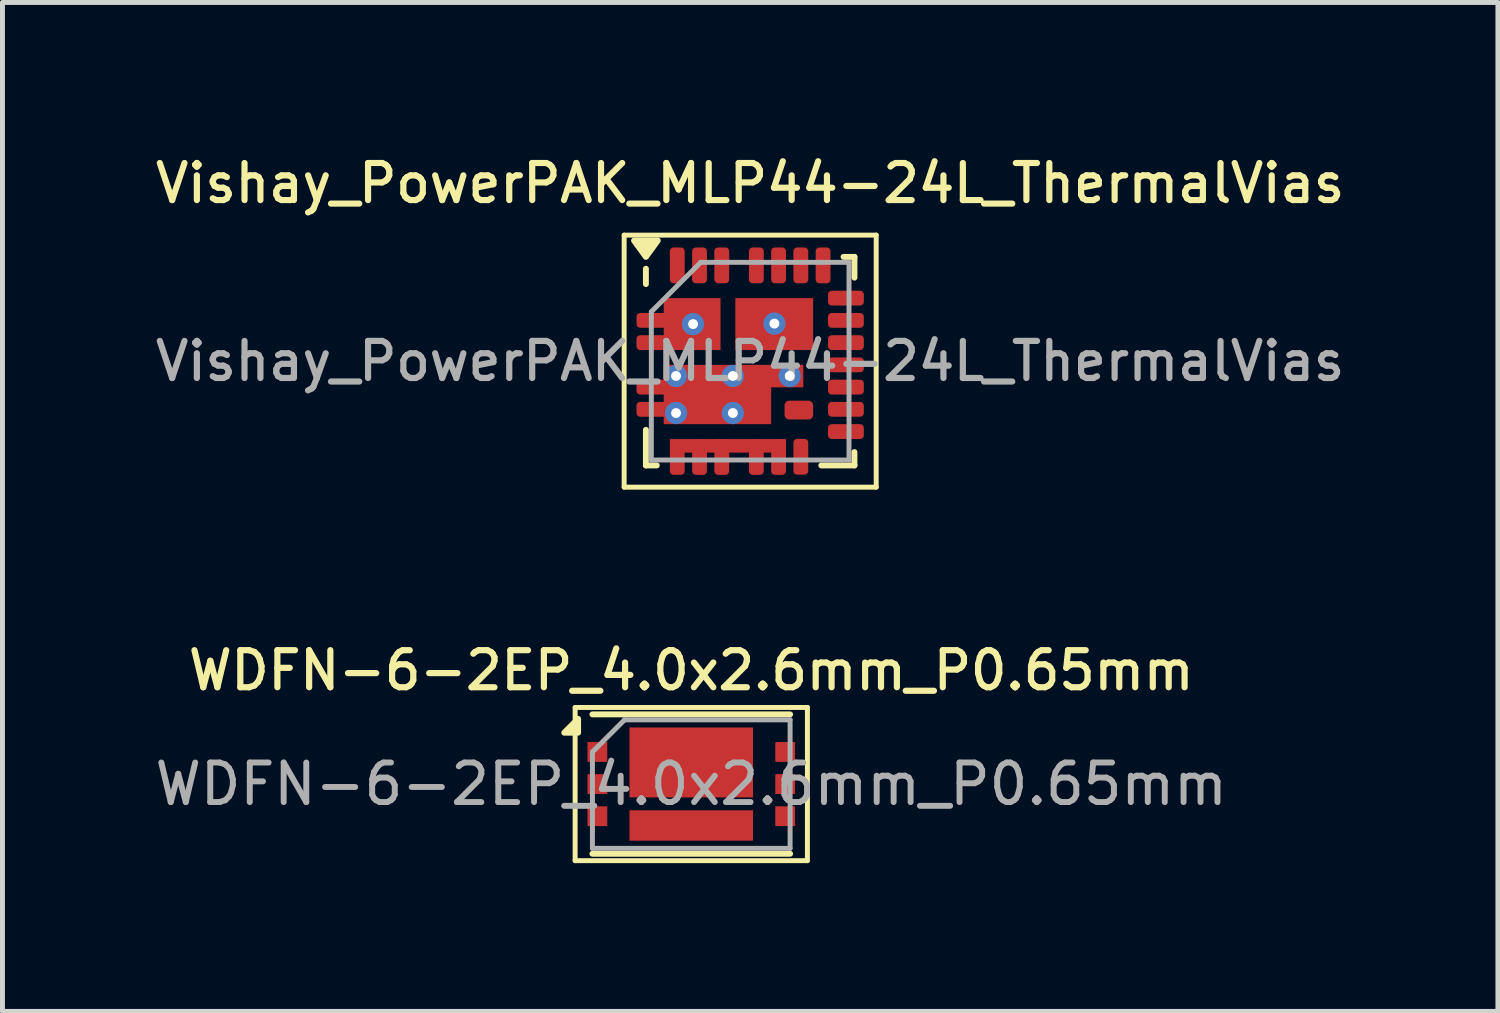
<source format=kicad_pcb>
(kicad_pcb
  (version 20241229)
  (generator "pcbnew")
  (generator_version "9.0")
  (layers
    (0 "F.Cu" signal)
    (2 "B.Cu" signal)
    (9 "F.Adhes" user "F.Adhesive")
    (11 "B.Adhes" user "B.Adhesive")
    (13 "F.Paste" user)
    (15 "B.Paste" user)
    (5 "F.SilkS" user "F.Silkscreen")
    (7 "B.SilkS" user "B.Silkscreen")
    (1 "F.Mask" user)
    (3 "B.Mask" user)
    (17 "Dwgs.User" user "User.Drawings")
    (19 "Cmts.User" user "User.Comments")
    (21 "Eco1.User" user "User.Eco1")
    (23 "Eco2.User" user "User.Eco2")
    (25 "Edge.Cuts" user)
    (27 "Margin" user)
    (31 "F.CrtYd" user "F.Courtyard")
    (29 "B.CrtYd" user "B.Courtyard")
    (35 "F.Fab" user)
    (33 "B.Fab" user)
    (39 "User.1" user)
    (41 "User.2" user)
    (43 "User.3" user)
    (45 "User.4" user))
  (footprint "Vishay_PowerPAK_MLP44-24L_ThermalVias"
    (layer "F.Cu")
    (at 12.13 4.258)
    (property "Reference" "Vishay_PowerPAK_MLP44-24L_ThermalVias" (at 0 -3.6 0) (layer "F.SilkS") (effects (font (size 0.75 0.75) (thickness 0.125))))
    (attr smd)
    (fp_line (start -2.55 -2.55) (end 2.55 -2.55) (stroke (width 0.1) (type solid)) (layer "F.SilkS"))
    (fp_line (start -2.55 2.55) (end -2.55 -2.55) (stroke (width 0.1) (type solid)) (layer "F.SilkS"))
    (fp_line (start -2.11 -1.56) (end -2.11 -1.87) (stroke (width 0.12) (type solid)) (layer "F.SilkS"))
    (fp_line (start -2.11 2.11) (end -2.11 1.39) (stroke (width 0.12) (type solid)) (layer "F.SilkS"))
    (fp_line (start -1.89 2.11) (end -2.11 2.11) (stroke (width 0.12) (type solid)) (layer "F.SilkS"))
    (fp_line (start 1.44 2.11) (end 2.11 2.11) (stroke (width 0.12) (type solid)) (layer "F.SilkS"))
    (fp_line (start 1.89 -2.11) (end 2.11 -2.11) (stroke (width 0.12) (type solid)) (layer "F.SilkS"))
    (fp_line (start 2.11 -2.11) (end 2.11 -1.69) (stroke (width 0.12) (type solid)) (layer "F.SilkS"))
    (fp_line (start 2.11 2.11) (end 2.11 1.84) (stroke (width 0.12) (type solid)) (layer "F.SilkS"))
    (fp_line (start 2.55 -2.55) (end 2.55 2.55) (stroke (width 0.1) (type solid)) (layer "F.SilkS"))
    (fp_line (start 2.55 2.55) (end -2.55 2.55) (stroke (width 0.1) (type solid)) (layer "F.SilkS"))
    (fp_poly (pts (xy -2.11 -2.11) (xy -2.35 -2.44) (xy -1.87 -2.44) (xy -2.11 -2.11)) (stroke (width 0.12) (type solid)) (fill yes) (layer "F.SilkS"))
    (fp_line (start -2 -1) (end -2 2) (stroke (width 0.1) (type solid)) (layer "F.Fab"))
    (fp_line (start -2 2) (end 2 2) (stroke (width 0.1) (type solid)) (layer "F.Fab"))
    (fp_line (start -1 -2) (end -2 -1) (stroke (width 0.1) (type solid)) (layer "F.Fab"))
    (fp_line (start 2 -2) (end -1 -2) (stroke (width 0.1) (type solid)) (layer "F.Fab"))
    (fp_line (start 2 2) (end 2 -2) (stroke (width 0.1) (type solid)) (layer "F.Fab"))
    (fp_text user "${REFERENCE}" (at 0 0 0) (layer "F.Fab") (effects (font (size 0.75 0.75) (thickness 0.125))))
    (pad "1" smd roundrect (at -1.938 -0.825 90) (size 0.3 0.725) (layers "F.Cu" "F.Mask" "F.Paste") (roundrect_rratio 0.25))
    (pad "2" smd roundrect (at -1.938 -0.375 90) (size 0.3 0.725) (layers "F.Cu" "F.Mask" "F.Paste") (roundrect_rratio 0.25))
    (pad "3" smd roundrect (at -1.938 0.525 90) (size 0.3 0.725) (layers "F.Cu" "F.Mask" "F.Paste") (roundrect_rratio 0.25))
    (pad "4" smd roundrect (at -1.938 0.975 90) (size 0.3 0.725) (layers "F.Cu" "F.Mask" "F.Paste") (roundrect_rratio 0.25))
    (pad "5" smd custom (at -1.475 1.938) (size 0.3 0.725) (layers "F.Cu" "F.Mask" "F.Paste") (options (anchor circle)) (primitives (gr_poly (pts (xy -0.15 -0.287) (xy -0.144 -0.316) (xy -0.128 -0.341) (xy -0.104 -0.357) (xy -0.075 -0.362) (xy 0.075 -0.362) (xy 0.104 -0.357) (xy 0.128 -0.341) (xy 0.144 -0.316) (xy 0.15 -0.287) (xy 0.15 0.287) (xy 0.144 0.316) (xy 0.128 0.341) (xy 0.104 0.357) (xy 0.075 0.362) (xy -0.075 0.362) (xy -0.104 0.357) (xy -0.128 0.341) (xy -0.144 0.316) (xy -0.15 0.287)) (width 0) (fill yes)) (gr_poly (pts (xy -0.15 -0.362) (xy 2.2 -0.362) (xy 2.2 -0.087) (xy -0.15 -0.087)) (width 0) (fill yes))))
    (pad "6" smd roundrect (at -1.025 1.938) (size 0.3 0.725) (layers "F.Cu" "F.Mask" "F.Paste") (roundrect_rratio 0.25))
    (pad "7" smd roundrect (at -0.575 1.938) (size 0.3 0.725) (layers "F.Cu" "F.Mask" "F.Paste") (roundrect_rratio 0.25))
    (pad "8" smd roundrect (at 0.125 1.938) (size 0.3 0.725) (layers "F.Cu" "F.Mask" "F.Paste") (roundrect_rratio 0.25))
    (pad "9" smd roundrect (at 0.575 1.938) (size 0.3 0.725) (layers "F.Cu" "F.Mask" "F.Paste") (roundrect_rratio 0.25))
    (pad "10" smd roundrect (at 1.025 1.935) (size 0.3 0.725) (layers "F.Cu" "F.Mask" "F.Paste") (roundrect_rratio 0.25))
    (pad "11" smd roundrect (at 1.938 1.425 90) (size 0.3 0.725) (layers "F.Cu" "F.Mask" "F.Paste") (roundrect_rratio 0.25))
    (pad "12" smd roundrect (at 1.938 0.975 90) (size 0.3 0.725) (layers "F.Cu" "F.Mask" "F.Paste") (roundrect_rratio 0.25))
    (pad "13" smd roundrect (at 1.938 0.525 90) (size 0.3 0.725) (layers "F.Cu" "F.Mask" "F.Paste") (roundrect_rratio 0.25))
    (pad "14" smd roundrect (at 1.938 0.075 90) (size 0.3 0.725) (layers "F.Cu" "F.Mask" "F.Paste") (roundrect_rratio 0.25))
    (pad "15" smd roundrect (at 1.938 -0.375 90) (size 0.3 0.725) (layers "F.Cu" "F.Mask" "F.Paste") (roundrect_rratio 0.25))
    (pad "16" smd roundrect (at 1.938 -0.825 90) (size 0.3 0.725) (layers "F.Cu" "F.Mask" "F.Paste") (roundrect_rratio 0.25))
    (pad "17" smd roundrect (at 1.938 -1.275 90) (size 0.3 0.725) (layers "F.Cu" "F.Mask" "F.Paste") (roundrect_rratio 0.25))
    (pad "18" smd roundrect (at 1.475 -1.938) (size 0.3 0.725) (layers "F.Cu" "F.Mask" "F.Paste") (roundrect_rratio 0.25))
    (pad "19" smd roundrect (at 1.025 -1.938) (size 0.3 0.725) (layers "F.Cu" "F.Mask" "F.Paste") (roundrect_rratio 0.25))
    (pad "20" smd roundrect (at 0.575 -1.938) (size 0.3 0.725) (layers "F.Cu" "F.Mask" "F.Paste") (roundrect_rratio 0.25))
    (pad "21" smd roundrect (at 0.125 -1.938) (size 0.3 0.725) (layers "F.Cu" "F.Mask" "F.Paste") (roundrect_rratio 0.25))
    (pad "22" smd roundrect (at -0.575 -1.938) (size 0.3 0.725) (layers "F.Cu" "F.Mask" "F.Paste") (roundrect_rratio 0.25))
    (pad "23" smd roundrect (at -1.025 -1.938) (size 0.3 0.725) (layers "F.Cu" "F.Mask" "F.Paste") (roundrect_rratio 0.25))
    (pad "24" smd roundrect (at -1.475 -1.938) (size 0.3 0.725) (layers "F.Cu" "F.Mask" "F.Paste") (roundrect_rratio 0.25))
    (pad "25" smd rect (at 0.487 -0.75 180) (size 1.575 1.05) (layers "F.Cu" "F.Mask" "F.Paste"))
    (pad "25" thru_hole circle (at 0.49 -0.76) (size 0.45 0.45) (drill 0.2) (property pad_prop_heatsink) (layers "*.Cu" "F.Mask"))
    (pad "26" smd rect (at -1.175 -0.75 180) (size 1.15 1.05) (layers "F.Cu" "F.Mask" "F.Paste"))
    (pad "26" thru_hole circle (at -1.155 -0.75) (size 0.45 0.45) (drill 0.2) (property pad_prop_heatsink) (layers "*.Cu" "F.Mask"))
    (pad "27" thru_hole circle (at -1.5 0.3) (size 0.45 0.45) (drill 0.2) (property pad_prop_heatsink) (layers "*.Cu" "F.Mask"))
    (pad "27" thru_hole circle (at -1.5 1.05) (size 0.45 0.45) (drill 0.2) (property pad_prop_heatsink) (layers "*.Cu" "F.Mask"))
    (pad "27" smd custom (at -0.75 0.775) (size 0.75 0.75) (layers "F.Cu" "F.Mask" "F.Paste") (options (anchor rect)) (primitives (gr_poly (pts (xy -1 0.5) (xy -1 -0.7) (xy 1.825 -0.7) (xy 1.825 -0.245) (xy 1.175 -0.245) (xy 1.175 0.5)) (width 0) (fill yes))))
    (pad "27" thru_hole circle (at -0.35 0.3) (size 0.45 0.45) (drill 0.2) (property pad_prop_heatsink) (layers "*.Cu" "F.Mask"))
    (pad "27" thru_hole circle (at -0.35 1.05) (size 0.45 0.45) (drill 0.2) (property pad_prop_heatsink) (layers "*.Cu" "F.Mask"))
    (pad "27" thru_hole circle (at 0.8 0.3) (size 0.45 0.45) (drill 0.2) (property pad_prop_heatsink) (layers "*.Cu" "F.Mask"))
    (pad "28" smd roundrect (at 0.985 0.99 180) (size 0.58 0.38) (layers "F.Cu" "F.Mask" "F.Paste") (roundrect_rratio 0.25)))
  (footprint "WDFN-6-2EP_4.0x2.6mm_P0.65mm"
    (layer "F.Cu")
    (at 10.938 12.816)
    (property "Reference" "WDFN-6-2EP_4.0x2.6mm_P0.65mm" (at 0 -2.3 0) (layer "F.SilkS") (effects (font (size 0.75 0.75) (thickness 0.125))))
    (attr smd)
    (fp_line (start -2.35 -1.55) (end -2.35 1.55) (stroke (width 0.1) (type solid)) (layer "F.SilkS"))
    (fp_line (start -2.35 1.55) (end 2.35 1.55) (stroke (width 0.1) (type solid)) (layer "F.SilkS"))
    (fp_line (start -2 1.41) (end 2 1.41) (stroke (width 0.12) (type solid)) (layer "F.SilkS"))
    (fp_line (start 2 -1.41) (end -2 -1.41) (stroke (width 0.12) (type solid)) (layer "F.SilkS"))
    (fp_line (start 2.35 -1.55) (end -2.35 -1.55) (stroke (width 0.1) (type solid)) (layer "F.SilkS"))
    (fp_line (start 2.35 1.55) (end 2.35 -1.55) (stroke (width 0.1) (type solid)) (layer "F.SilkS"))
    (fp_poly (pts (xy -2.29 -1.04) (xy -2.57 -1.04) (xy -2.29 -1.32) (xy -2.29 -1.04)) (stroke (width 0.12) (type solid)) (fill yes) (layer "F.SilkS"))
    (fp_line (start -2 -0.65) (end -2 1.3) (stroke (width 0.1) (type solid)) (layer "F.Fab"))
    (fp_line (start -2 -0.65) (end -1.35 -1.3) (stroke (width 0.1) (type solid)) (layer "F.Fab"))
    (fp_line (start -2 1.3) (end 2 1.3) (stroke (width 0.1) (type solid)) (layer "F.Fab"))
    (fp_line (start 2 -1.3) (end -1.35 -1.3) (stroke (width 0.1) (type solid)) (layer "F.Fab"))
    (fp_line (start 2 1.3) (end 2 -1.3) (stroke (width 0.1) (type solid)) (layer "F.Fab"))
    (fp_text user "${REFERENCE}" (at 0 0 0) (layer "F.Fab") (effects (font (size 0.8 0.8) (thickness 0.12))))
    (pad "1" smd rect (at -1.9 -0.65 270) (size 0.4 0.4) (layers "F.Cu" "F.Mask" "F.Paste"))
    (pad "2" smd rect (at -1.9 0 270) (size 0.4 0.4) (layers "F.Cu" "F.Mask" "F.Paste"))
    (pad "3" smd rect (at -1.9 0.65 270) (size 0.4 0.4) (layers "F.Cu" "F.Mask" "F.Paste"))
    (pad "4" smd rect (at 1.9 0.65 270) (size 0.4 0.4) (layers "F.Cu" "F.Mask" "F.Paste"))
    (pad "5" smd rect (at 1.9 0 270) (size 0.4 0.4) (layers "F.Cu" "F.Mask" "F.Paste"))
    (pad "6" smd rect (at 1.9 -0.65 270) (size 0.4 0.4) (layers "F.Cu" "F.Mask" "F.Paste"))
    (pad "7" smd rect (at 0 -0.438 270) (size 1.415 2.5) (layers "F.Cu" "F.Mask" "F.Paste"))
    (pad "8" smd rect (at 0 0.838 270) (size 0.615 2.5) (layers "F.Cu" "F.Mask" "F.Paste")))
  (gr_rect
    (start -3 -3)
    (end 27.261 17.416)
    (stroke (width 0.1) (type default))
    (fill no)
    (layer "Edge.Cuts")))
</source>
